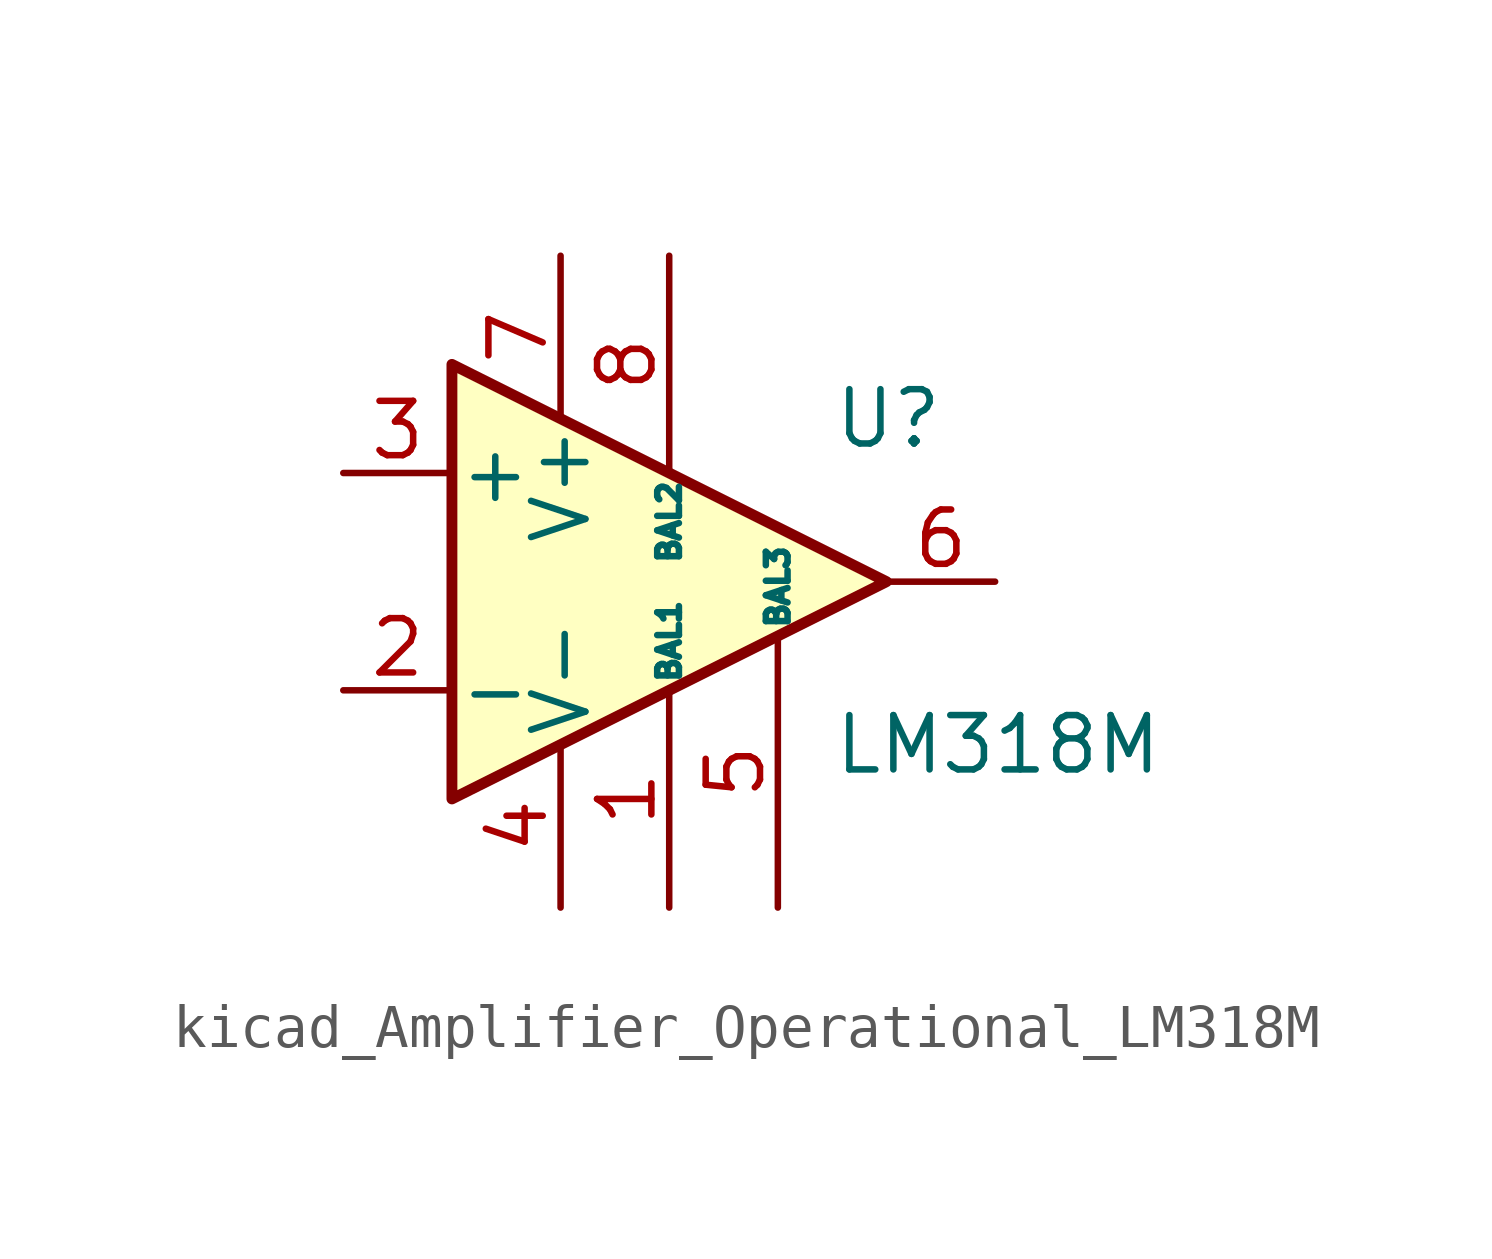
<source format=kicad_sym>
(kicad_symbol_lib
  (version 20220914)
  (generator kicad_symbol_editor)
  (symbol "kicad_Amplifier_Operational_LM318M"
    (pin_names
      (offset 0.127))
    (property "Reference" "U"
      (at 3.81 3.81 0)
      (effects (font (size 1.27 1.27)) (justify left)))
    (property "Value" "LM318M"
      (at 3.81 -3.81 0)
      (effects (font (size 1.27 1.27)) (justify left)))
    (symbol "kicad_Amplifier_Operational_LM318M_0_1"
      (polyline (pts (xy 5.08 0) (xy -5.08 5.08) (xy -5.08 -5.08) (xy 5.08 0)) (stroke (width 0.254) (type default)) (fill (type background))))
    (symbol "kicad_Amplifier_Operational_LM318M_1_1"
      (pin passive line (at 0 -7.62 90) (length 5.08) (name "BAL1" (effects (font (size 0.508 0.508)))) (number "1" (effects (font (size 1.27 1.27)))))
      (pin input line (at -7.62 -2.54 0) (length 2.54) (name "-" (effects (font (size 1.27 1.27)))) (number "2" (effects (font (size 1.27 1.27)))))
      (pin input line (at -7.62 2.54 0) (length 2.54) (name "+" (effects (font (size 1.27 1.27)))) (number "3" (effects (font (size 1.27 1.27)))))
      (pin power_in line (at -2.54 -7.62 90) (length 3.81) (name "V-" (effects (font (size 1.27 1.27)))) (number "4" (effects (font (size 1.27 1.27)))))
      (pin passive line (at 2.54 -7.62 90) (length 6.35) (name "BAL3" (effects (font (size 0.508 0.508)))) (number "5" (effects (font (size 1.27 1.27)))))
      (pin output line (at 7.62 0 180) (length 2.54) (name "~" (effects (font (size 1.27 1.27)))) (number "6" (effects (font (size 1.27 1.27)))))
      (pin power_in line (at -2.54 7.62 270) (length 3.81) (name "V+" (effects (font (size 1.27 1.27)))) (number "7" (effects (font (size 1.27 1.27)))))
      (pin passive line (at 0 7.62 270) (length 5.08) (name "BAL2" (effects (font (size 0.508 0.508)))) (number "8" (effects (font (size 1.27 1.27))))))))
</source>
